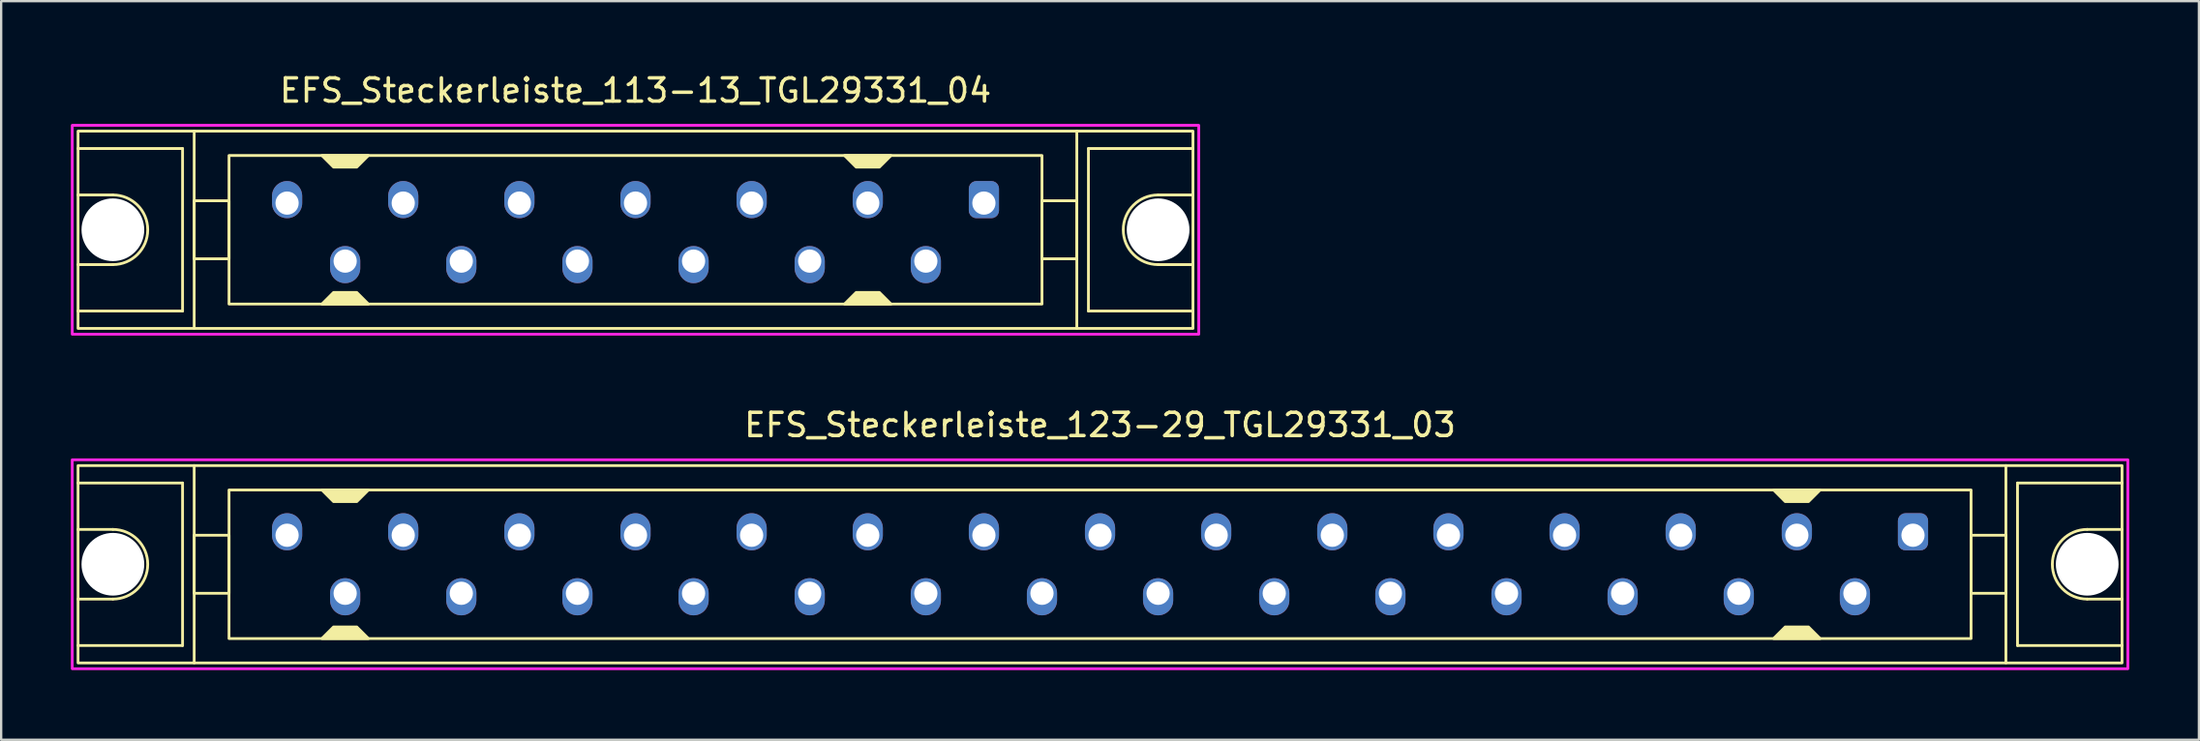
<source format=kicad_pcb>
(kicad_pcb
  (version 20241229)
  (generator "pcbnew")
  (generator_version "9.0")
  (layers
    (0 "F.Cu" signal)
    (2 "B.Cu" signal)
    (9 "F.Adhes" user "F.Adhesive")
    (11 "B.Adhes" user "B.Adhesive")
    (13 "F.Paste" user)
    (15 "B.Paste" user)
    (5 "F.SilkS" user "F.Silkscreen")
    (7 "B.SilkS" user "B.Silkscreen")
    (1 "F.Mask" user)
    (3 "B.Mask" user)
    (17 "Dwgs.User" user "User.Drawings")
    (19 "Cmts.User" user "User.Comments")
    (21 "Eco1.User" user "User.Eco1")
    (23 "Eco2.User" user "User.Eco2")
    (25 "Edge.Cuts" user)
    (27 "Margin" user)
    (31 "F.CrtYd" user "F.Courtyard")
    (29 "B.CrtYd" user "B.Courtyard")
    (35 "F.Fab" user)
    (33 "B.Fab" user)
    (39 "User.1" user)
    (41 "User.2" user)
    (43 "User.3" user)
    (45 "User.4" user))
  (footprint "EFS_Steckerleiste_113-13_TGL29331_04"
    (layer "F.Cu")
    (at 24.31 6.848)
    (property "Reference" "EFS_Steckerleiste_113-13_TGL29331_04" (at 0 -6 180) (layer "F.SilkS") (effects (font (size 1 1) (thickness 0.15))))
    (attr through_hole)
    (fp_line (start -24 -3.5) (end -19.5 -3.5) (stroke (width 0.12) (type solid)) (layer "F.SilkS"))
    (fp_line (start -22.5 -1.5) (end -24 -1.5) (stroke (width 0.12) (type solid)) (layer "F.SilkS"))
    (fp_line (start -22.5 1.5) (end -24 1.5) (stroke (width 0.12) (type solid)) (layer "F.SilkS"))
    (fp_line (start -19.5 -3.5) (end -19.5 3.5) (stroke (width 0.12) (type solid)) (layer "F.SilkS"))
    (fp_line (start -19.5 3.5) (end -24 3.5) (stroke (width 0.12) (type solid)) (layer "F.SilkS"))
    (fp_line (start -19 4.25) (end -19 -4.25) (stroke (width 0.12) (type solid)) (layer "F.SilkS"))
    (fp_line (start 19 4.25) (end 19 -4.25) (stroke (width 0.12) (type solid)) (layer "F.SilkS"))
    (fp_line (start 19.5 -3.5) (end 19.5 3.5) (stroke (width 0.12) (type solid)) (layer "F.SilkS"))
    (fp_line (start 19.5 3.5) (end 24 3.5) (stroke (width 0.12) (type solid)) (layer "F.SilkS"))
    (fp_line (start 22.5 -1.5) (end 24 -1.5) (stroke (width 0.12) (type solid)) (layer "F.SilkS"))
    (fp_line (start 22.5 1.5) (end 24 1.5) (stroke (width 0.12) (type solid)) (layer "F.SilkS"))
    (fp_line (start 24 -3.5) (end 19.5 -3.5) (stroke (width 0.12) (type solid)) (layer "F.SilkS"))
    (fp_rect (start -24 -4.25) (end 24 4.25) (stroke (width 0.12) (type solid)) (fill no) (layer "F.SilkS"))
    (fp_rect (start -17.5 -3.2) (end 17.5 3.2) (stroke (width 0.12) (type solid)) (fill no) (layer "F.SilkS"))
    (fp_rect (start -17.5 -1.25) (end -19 1.25) (stroke (width 0.12) (type solid)) (fill no) (layer "F.SilkS"))
    (fp_rect (start 19 -1.25) (end 17.5 1.25) (stroke (width 0.12) (type solid)) (fill no) (layer "F.SilkS"))
    (fp_arc (start -22.5 -1.5) (mid -21 0) (end -22.5 1.5) (stroke (width 0.12) (type solid)) (layer "F.SilkS"))
    (fp_arc (start 22.5 1.5) (mid 21 0) (end 22.5 -1.5) (stroke (width 0.12) (type solid)) (layer "F.SilkS"))
    (fp_poly (pts (xy -13 2.7) (xy -12 2.7) (xy -11.5 3.2) (xy -13.5 3.2)) (stroke (width 0.12) (type solid)) (fill yes) (layer "F.SilkS"))
    (fp_poly (pts (xy -12 -2.7) (xy -13 -2.7) (xy -13.5 -3.2) (xy -11.5 -3.2)) (stroke (width 0.12) (type solid)) (fill yes) (layer "F.SilkS"))
    (fp_poly (pts (xy 9.5 2.7) (xy 10.5 2.7) (xy 11 3.2) (xy 9 3.2)) (stroke (width 0.12) (type solid)) (fill yes) (layer "F.SilkS"))
    (fp_poly (pts (xy 10.5 -2.7) (xy 9.5 -2.7) (xy 9 -3.2) (xy 11 -3.2)) (stroke (width 0.12) (type solid)) (fill yes) (layer "F.SilkS"))
    (fp_rect (start -24.25 -4.5) (end 24.25 4.5) (stroke (width 0.12) (type solid)) (fill no) (layer "F.CrtYd"))
    (pad "" np_thru_hole circle (at -22.5 0) (size 2.7 2.7) (drill 2.7) (layers "*.Cu" "*.Mask"))
    (pad "" np_thru_hole circle (at 22.5 0) (size 2.7 2.7) (drill 2.7) (layers "*.Cu" "*.Mask"))
    (pad "1a" thru_hole roundrect (at 15 -1.15) (size 1.3 1.6) (drill 1 (offset 0 -0.15)) (layers "*.Cu" "*.Mask") (roundrect_rratio 0.25))
    (pad "2b" thru_hole oval (at 12.5 1.35) (size 1.3 1.6) (drill 1 (offset 0 0.15)) (layers "*.Cu" "*.Mask"))
    (pad "3a" thru_hole oval (at 10 -1.15) (size 1.3 1.6) (drill 1 (offset 0 -0.15)) (layers "*.Cu" "*.Mask"))
    (pad "4b" thru_hole oval (at 7.5 1.35) (size 1.3 1.6) (drill 1 (offset 0 0.15)) (layers "*.Cu" "*.Mask"))
    (pad "5a" thru_hole oval (at 5 -1.15) (size 1.3 1.6) (drill 1 (offset 0 -0.15)) (layers "*.Cu" "*.Mask"))
    (pad "6b" thru_hole oval (at 2.5 1.35) (size 1.3 1.6) (drill 1 (offset 0 0.15)) (layers "*.Cu" "*.Mask"))
    (pad "7a" thru_hole oval (at 0 -1.15) (size 1.3 1.6) (drill 1 (offset 0 -0.15)) (layers "*.Cu" "*.Mask"))
    (pad "8b" thru_hole oval (at -2.5 1.35) (size 1.3 1.6) (drill 1 (offset 0 0.15)) (layers "*.Cu" "*.Mask"))
    (pad "9a" thru_hole oval (at -5 -1.15) (size 1.3 1.6) (drill 1 (offset 0 -0.15)) (layers "*.Cu" "*.Mask"))
    (pad "10b" thru_hole oval (at -7.5 1.35) (size 1.3 1.6) (drill 1 (offset 0 0.15)) (layers "*.Cu" "*.Mask"))
    (pad "11a" thru_hole oval (at -10 -1.15) (size 1.3 1.6) (drill 1 (offset 0 -0.15)) (layers "*.Cu" "*.Mask"))
    (pad "12b" thru_hole oval (at -12.5 1.35) (size 1.3 1.6) (drill 1 (offset 0 0.15)) (layers "*.Cu" "*.Mask"))
    (pad "13a" thru_hole oval (at -15 -1.15) (size 1.3 1.6) (drill 1 (offset 0 -0.15)) (layers "*.Cu" "*.Mask")))
  (footprint "EFS_Steckerleiste_123-29_TGL29331_03"
    (layer "F.Cu")
    (at 44.31 21.256)
    (property "Reference" "EFS_Steckerleiste_123-29_TGL29331_03" (at 0 -6 180) (layer "F.SilkS") (effects (font (size 1 1) (thickness 0.15))))
    (attr through_hole)
    (fp_line (start -44 -3.5) (end -39.5 -3.5) (stroke (width 0.12) (type solid)) (layer "F.SilkS"))
    (fp_line (start -42.5 -1.5) (end -44 -1.5) (stroke (width 0.12) (type solid)) (layer "F.SilkS"))
    (fp_line (start -42.5 1.5) (end -44 1.5) (stroke (width 0.12) (type solid)) (layer "F.SilkS"))
    (fp_line (start -39.5 -3.5) (end -39.5 3.5) (stroke (width 0.12) (type solid)) (layer "F.SilkS"))
    (fp_line (start -39.5 3.5) (end -44 3.5) (stroke (width 0.12) (type solid)) (layer "F.SilkS"))
    (fp_line (start -39 4.25) (end -39 -4.25) (stroke (width 0.12) (type solid)) (layer "F.SilkS"))
    (fp_line (start 39 4.25) (end 39 -4.25) (stroke (width 0.12) (type solid)) (layer "F.SilkS"))
    (fp_line (start 39.5 -3.5) (end 39.5 3.5) (stroke (width 0.12) (type solid)) (layer "F.SilkS"))
    (fp_line (start 39.5 3.5) (end 44 3.5) (stroke (width 0.12) (type solid)) (layer "F.SilkS"))
    (fp_line (start 42.5 -1.5) (end 44 -1.5) (stroke (width 0.12) (type solid)) (layer "F.SilkS"))
    (fp_line (start 42.5 1.5) (end 44 1.5) (stroke (width 0.12) (type solid)) (layer "F.SilkS"))
    (fp_line (start 44 -3.5) (end 39.5 -3.5) (stroke (width 0.12) (type solid)) (layer "F.SilkS"))
    (fp_rect (start -44 -4.25) (end 44 4.25) (stroke (width 0.12) (type solid)) (fill no) (layer "F.SilkS"))
    (fp_rect (start -37.5 -3.2) (end 37.5 3.2) (stroke (width 0.12) (type solid)) (fill no) (layer "F.SilkS"))
    (fp_rect (start -37.5 -1.25) (end -39 1.25) (stroke (width 0.12) (type solid)) (fill no) (layer "F.SilkS"))
    (fp_rect (start 39 -1.25) (end 37.5 1.25) (stroke (width 0.12) (type solid)) (fill no) (layer "F.SilkS"))
    (fp_arc (start -42.5 -1.5) (mid -41 0) (end -42.5 1.5) (stroke (width 0.12) (type solid)) (layer "F.SilkS"))
    (fp_arc (start 42.5 1.5) (mid 41 0) (end 42.5 -1.5) (stroke (width 0.12) (type solid)) (layer "F.SilkS"))
    (fp_poly (pts (xy -33 2.7) (xy -32 2.7) (xy -31.5 3.2) (xy -33.5 3.2)) (stroke (width 0.12) (type solid)) (fill yes) (layer "F.SilkS"))
    (fp_poly (pts (xy -32 -2.7) (xy -33 -2.7) (xy -33.5 -3.2) (xy -31.5 -3.2)) (stroke (width 0.12) (type solid)) (fill yes) (layer "F.SilkS"))
    (fp_poly (pts (xy 29.5 2.7) (xy 30.5 2.7) (xy 31 3.2) (xy 29 3.2)) (stroke (width 0.12) (type solid)) (fill yes) (layer "F.SilkS"))
    (fp_poly (pts (xy 30.5 -2.7) (xy 29.5 -2.7) (xy 29 -3.2) (xy 31 -3.2)) (stroke (width 0.12) (type solid)) (fill yes) (layer "F.SilkS"))
    (fp_rect (start -44.25 -4.5) (end 44.25 4.5) (stroke (width 0.12) (type solid)) (fill no) (layer "F.CrtYd"))
    (pad "" np_thru_hole circle (at -42.5 0) (size 2.7 2.7) (drill 2.7) (layers "*.Cu" "*.Mask"))
    (pad "" np_thru_hole circle (at 42.5 0) (size 2.7 2.7) (drill 2.7) (layers "*.Cu" "*.Mask"))
    (pad "1a" thru_hole roundrect (at 35 -1.25) (size 1.3 1.6) (drill 1 (offset 0 -0.15)) (layers "*.Cu" "*.Mask") (roundrect_rratio 0.25))
    (pad "2b" thru_hole oval (at 32.5 1.25) (size 1.3 1.6) (drill 1 (offset 0 0.15)) (layers "*.Cu" "*.Mask"))
    (pad "3a" thru_hole oval (at 30 -1.25) (size 1.3 1.6) (drill 1 (offset 0 -0.15)) (layers "*.Cu" "*.Mask"))
    (pad "4b" thru_hole oval (at 27.5 1.25) (size 1.3 1.6) (drill 1 (offset 0 0.15)) (layers "*.Cu" "*.Mask"))
    (pad "5a" thru_hole oval (at 25 -1.25) (size 1.3 1.6) (drill 1 (offset 0 -0.15)) (layers "*.Cu" "*.Mask"))
    (pad "6b" thru_hole oval (at 22.5 1.25) (size 1.3 1.6) (drill 1 (offset 0 0.15)) (layers "*.Cu" "*.Mask"))
    (pad "7a" thru_hole oval (at 20 -1.25) (size 1.3 1.6) (drill 1 (offset 0 -0.15)) (layers "*.Cu" "*.Mask"))
    (pad "8b" thru_hole oval (at 17.5 1.25) (size 1.3 1.6) (drill 1 (offset 0 0.15)) (layers "*.Cu" "*.Mask"))
    (pad "9a" thru_hole oval (at 15 -1.25) (size 1.3 1.6) (drill 1 (offset 0 -0.15)) (layers "*.Cu" "*.Mask"))
    (pad "10b" thru_hole oval (at 12.5 1.25) (size 1.3 1.6) (drill 1 (offset 0 0.15)) (layers "*.Cu" "*.Mask"))
    (pad "11a" thru_hole oval (at 10 -1.25) (size 1.3 1.6) (drill 1 (offset 0 -0.15)) (layers "*.Cu" "*.Mask"))
    (pad "12b" thru_hole oval (at 7.5 1.25) (size 1.3 1.6) (drill 1 (offset 0 0.15)) (layers "*.Cu" "*.Mask"))
    (pad "13a" thru_hole oval (at 5 -1.25) (size 1.3 1.6) (drill 1 (offset 0 -0.15)) (layers "*.Cu" "*.Mask"))
    (pad "14b" thru_hole oval (at 2.5 1.25) (size 1.3 1.6) (drill 1 (offset 0 0.15)) (layers "*.Cu" "*.Mask"))
    (pad "15a" thru_hole oval (at 0 -1.25) (size 1.3 1.6) (drill 1 (offset 0 -0.15)) (layers "*.Cu" "*.Mask"))
    (pad "16b" thru_hole oval (at -2.5 1.25) (size 1.3 1.6) (drill 1 (offset 0 0.15)) (layers "*.Cu" "*.Mask"))
    (pad "17a" thru_hole oval (at -5 -1.25) (size 1.3 1.6) (drill 1 (offset 0 -0.15)) (layers "*.Cu" "*.Mask"))
    (pad "18b" thru_hole oval (at -7.5 1.25) (size 1.3 1.6) (drill 1 (offset 0 0.15)) (layers "*.Cu" "*.Mask"))
    (pad "19a" thru_hole oval (at -10 -1.25) (size 1.3 1.6) (drill 1 (offset 0 -0.15)) (layers "*.Cu" "*.Mask"))
    (pad "20b" thru_hole oval (at -12.5 1.25) (size 1.3 1.6) (drill 1 (offset 0 0.15)) (layers "*.Cu" "*.Mask"))
    (pad "21a" thru_hole oval (at -15 -1.25) (size 1.3 1.6) (drill 1 (offset 0 -0.15)) (layers "*.Cu" "*.Mask"))
    (pad "22b" thru_hole oval (at -17.5 1.25) (size 1.3 1.6) (drill 1 (offset 0 0.15)) (layers "*.Cu" "*.Mask"))
    (pad "23a" thru_hole oval (at -20 -1.25) (size 1.3 1.6) (drill 1 (offset 0 -0.15)) (layers "*.Cu" "*.Mask"))
    (pad "24b" thru_hole oval (at -22.5 1.25) (size 1.3 1.6) (drill 1 (offset 0 0.15)) (layers "*.Cu" "*.Mask"))
    (pad "25a" thru_hole oval (at -25 -1.25) (size 1.3 1.6) (drill 1 (offset 0 -0.15)) (layers "*.Cu" "*.Mask"))
    (pad "26b" thru_hole oval (at -27.5 1.25) (size 1.3 1.6) (drill 1 (offset 0 0.15)) (layers "*.Cu" "*.Mask"))
    (pad "27a" thru_hole oval (at -30 -1.25) (size 1.3 1.6) (drill 1 (offset 0 -0.15)) (layers "*.Cu" "*.Mask"))
    (pad "28b" thru_hole oval (at -32.5 1.25) (size 1.3 1.6) (drill 1 (offset 0 0.15)) (layers "*.Cu" "*.Mask"))
    (pad "29a" thru_hole oval (at -35 -1.25) (size 1.3 1.6) (drill 1 (offset 0 -0.15)) (layers "*.Cu" "*.Mask")))
  (gr_rect
    (start -3 -3)
    (end 91.62 28.817)
    (stroke (width 0.1) (type default))
    (fill no)
    (layer "Edge.Cuts")))
</source>
